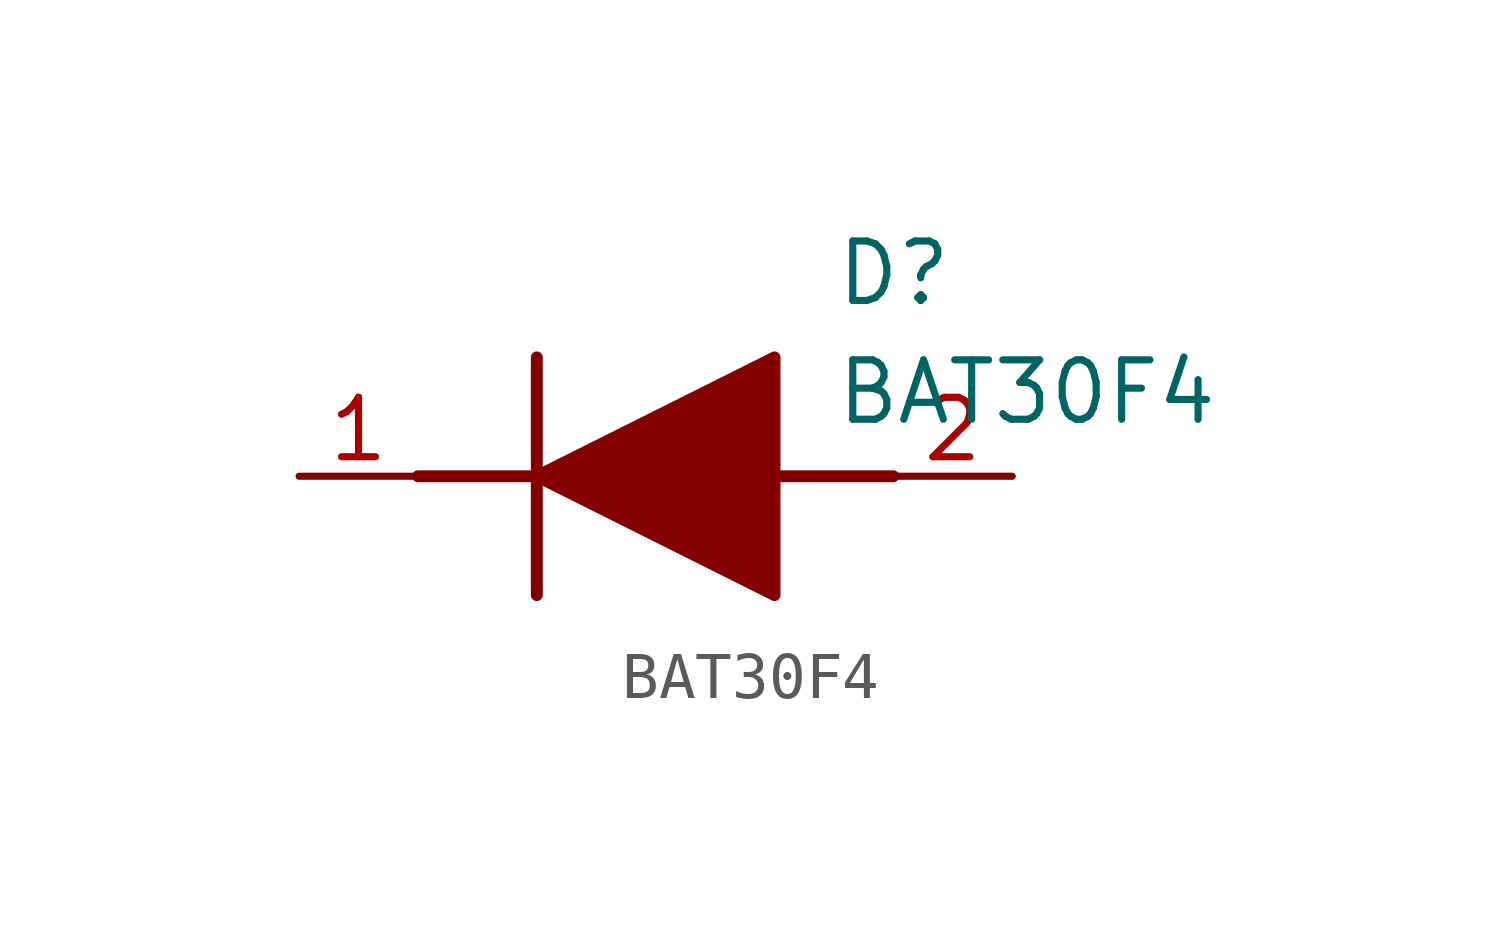
<source format=kicad_sym>
(kicad_symbol_lib
  (version 20241209)
  (generator "kicad_symbol_editor")
  (generator_version "9.0")
  (symbol "BAT30F4"
    (pin_names
      (hide yes))
    (property "Reference" "D"
      (at 11.43 5.08 0)
      (effects (font (size 1.27 1.27)) (justify left top)))
    (property "Value" "BAT30F4"
      (at 11.43 2.54 0)
      (effects (font (size 1.27 1.27)) (justify left top)))
    (symbol "BAT30F4_1_1"
      (polyline (pts (xy 2.54 0) (xy 5.08 0)) (stroke (width 0.254) (type default)) (fill (type none)))
      (polyline (pts (xy 5.08 2.54) (xy 5.08 -2.54)) (stroke (width 0.254) (type default)) (fill (type none)))
      (polyline (pts (xy 5.08 0) (xy 10.16 2.54) (xy 10.16 -2.54) (xy 5.08 0)) (stroke (width 0.254) (type default)) (fill (type outline)))
      (polyline (pts (xy 10.16 0) (xy 12.7 0)) (stroke (width 0.254) (type default)) (fill (type none)))
      (pin passive line (at 0 0 0) (length 2.54) (name "K" (effects (font (size 1.27 1.27)))) (number "1" (effects (font (size 1.27 1.27)))))
      (pin passive line (at 15.24 0 180) (length 2.54) (name "A" (effects (font (size 1.27 1.27)))) (number "2" (effects (font (size 1.27 1.27))))))))
</source>
